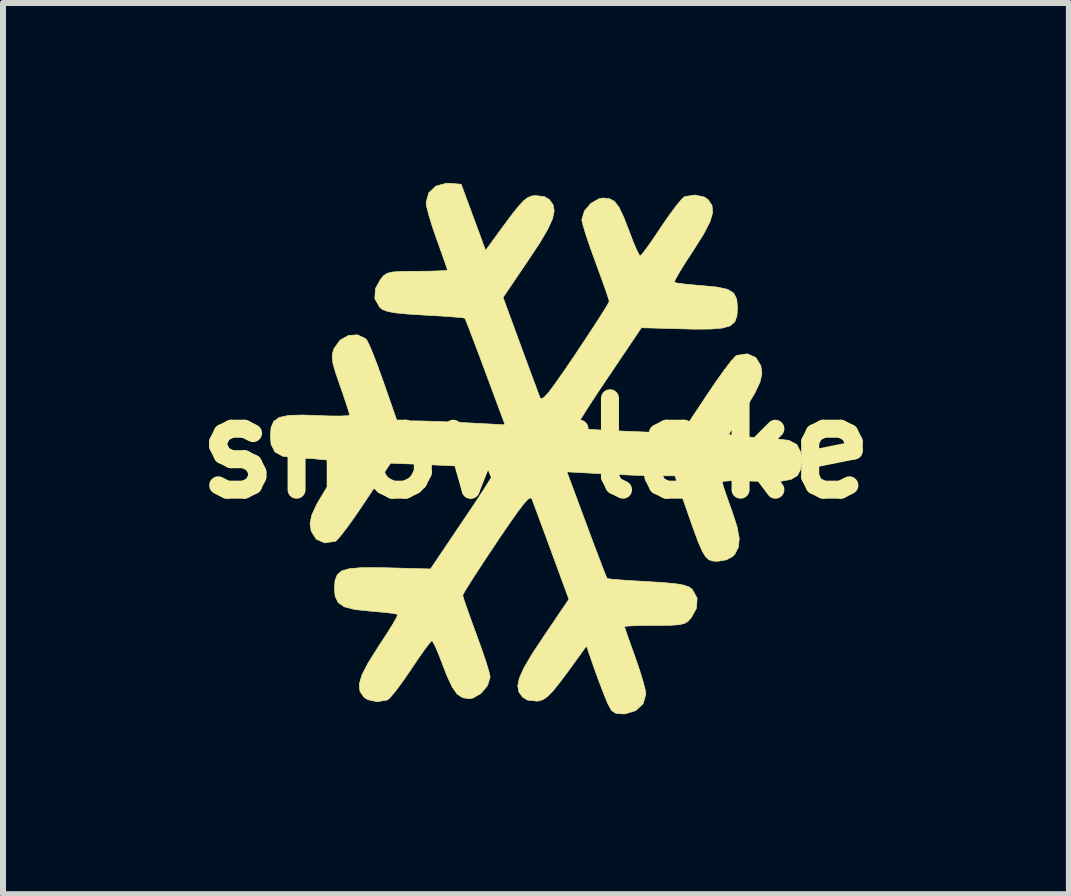
<source format=kicad_pcb>
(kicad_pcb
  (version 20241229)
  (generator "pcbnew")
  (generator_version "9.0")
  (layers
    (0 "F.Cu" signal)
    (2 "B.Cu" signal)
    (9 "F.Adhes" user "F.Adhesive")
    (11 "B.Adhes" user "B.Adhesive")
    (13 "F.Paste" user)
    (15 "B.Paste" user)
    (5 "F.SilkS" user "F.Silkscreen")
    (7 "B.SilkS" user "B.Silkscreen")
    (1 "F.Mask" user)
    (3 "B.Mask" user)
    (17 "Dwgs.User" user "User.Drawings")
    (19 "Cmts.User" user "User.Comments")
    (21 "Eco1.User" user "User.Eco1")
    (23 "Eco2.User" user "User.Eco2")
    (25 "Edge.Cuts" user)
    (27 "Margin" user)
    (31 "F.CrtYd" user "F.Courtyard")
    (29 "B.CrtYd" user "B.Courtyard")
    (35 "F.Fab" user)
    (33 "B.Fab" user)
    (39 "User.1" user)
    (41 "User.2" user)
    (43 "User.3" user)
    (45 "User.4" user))
  (footprint "snowflake"
    (layer "F.Cu")
    (at 5.886 4.425)
    (property "Reference" "snowflake" (at 0 0 0) (layer "F.SilkS") (effects (font (size 1.524 1.524) (thickness 0.3))))
    (attr through_hole)
    (fp_poly (pts (xy -1.435 -4.419) (xy -1.247 -4.403) (xy -1.043 -3.851) (xy -0.84 -3.3) (xy -0.738 -3.44) (xy -0.542 -3.709) (xy -0.394 -3.907) (xy -0.284 -4.044) (xy -0.201 -4.132) (xy -0.134 -4.182) (xy -0.073 -4.206) (xy -0.019 -4.215) (xy 0.139 -4.198) (xy 0.223 -4.148) (xy 0.285 -4.062) (xy 0.304 -3.96) (xy 0.277 -3.829) (xy 0.199 -3.657) (xy 0.066 -3.43) (xy -0.122 -3.146) (xy -0.549 -2.516) (xy -0.26 -1.729) (xy -0.16 -1.457) (xy -0.07 -1.214) (xy 0.003 -1.018) (xy 0.052 -0.886) (xy 0.067 -0.844) (xy 0.09 -0.825) (xy 0.134 -0.849) (xy 0.205 -0.926) (xy 0.309 -1.064) (xy 0.454 -1.27) (xy 0.647 -1.553) (xy 0.663 -1.578) (xy 0.835 -1.836) (xy 0.985 -2.065) (xy 1.105 -2.252) (xy 1.187 -2.384) (xy 1.221 -2.447) (xy 1.222 -2.449) (xy 1.205 -2.51) (xy 1.159 -2.646) (xy 1.09 -2.839) (xy 1.006 -3.069) (xy 0.993 -3.105) (xy 0.906 -3.345) (xy 0.834 -3.556) (xy 0.785 -3.718) (xy 0.764 -3.808) (xy 0.764 -3.813) (xy 0.807 -3.957) (xy 0.916 -4.085) (xy 1.055 -4.164) (xy 1.12 -4.174) (xy 1.225 -4.163) (xy 1.308 -4.118) (xy 1.382 -4.024) (xy 1.459 -3.864) (xy 1.553 -3.623) (xy 1.624 -3.436) (xy 1.686 -3.293) (xy 1.728 -3.215) (xy 1.737 -3.207) (xy 1.776 -3.247) (xy 1.857 -3.355) (xy 1.969 -3.515) (xy 2.084 -3.687) (xy 2.218 -3.882) (xy 2.338 -4.044) (xy 2.431 -4.155) (xy 2.477 -4.196) (xy 2.649 -4.224) (xy 2.807 -4.19) (xy 2.872 -4.145) (xy 2.935 -4.051) (xy 2.947 -3.934) (xy 2.903 -3.781) (xy 2.8 -3.58) (xy 2.634 -3.316) (xy 2.618 -3.291) (xy 2.489 -3.094) (xy 2.388 -2.93) (xy 2.323 -2.815) (xy 2.306 -2.767) (xy 2.363 -2.754) (xy 2.498 -2.737) (xy 2.685 -2.72) (xy 2.772 -2.713) (xy 3.027 -2.688) (xy 3.197 -2.65) (xy 3.298 -2.587) (xy 3.347 -2.489) (xy 3.36 -2.347) (xy 3.36 -2.346) (xy 3.351 -2.21) (xy 3.316 -2.111) (xy 3.242 -2.045) (xy 3.114 -2.006) (xy 2.919 -1.989) (xy 2.644 -1.987) (xy 2.459 -1.992) (xy 1.758 -2.011) (xy 1.201 -1.184) (xy 1.03 -0.93) (xy 0.883 -0.705) (xy 0.768 -0.523) (xy 0.692 -0.397) (xy 0.665 -0.34) (xy 0.665 -0.338) (xy 0.721 -0.33) (xy 0.861 -0.319) (xy 1.069 -0.306) (xy 1.328 -0.293) (xy 1.556 -0.283) (xy 2.424 -0.247) (xy 2.846 -0.883) (xy 2.999 -1.109) (xy 3.137 -1.303) (xy 3.25 -1.451) (xy 3.325 -1.535) (xy 3.343 -1.549) (xy 3.523 -1.576) (xy 3.664 -1.515) (xy 3.749 -1.378) (xy 3.767 -1.25) (xy 3.739 -1.115) (xy 3.654 -0.929) (xy 3.505 -0.681) (xy 3.489 -0.656) (xy 3.211 -0.229) (xy 3.476 -0.196) (xy 3.697 -0.174) (xy 3.933 -0.16) (xy 4.005 -0.158) (xy 4.219 -0.133) (xy 4.351 -0.062) (xy 4.416 0.068) (xy 4.428 0.206) (xy 4.413 0.352) (xy 4.359 0.454) (xy 4.252 0.518) (xy 4.079 0.55) (xy 3.828 0.554) (xy 3.637 0.547) (xy 3.419 0.54) (xy 3.244 0.54) (xy 3.133 0.549) (xy 3.105 0.56) (xy 3.121 0.623) (xy 3.165 0.758) (xy 3.229 0.94) (xy 3.264 1.036) (xy 3.351 1.302) (xy 3.389 1.499) (xy 3.377 1.645) (xy 3.318 1.761) (xy 3.279 1.803) (xy 3.175 1.859) (xy 3.032 1.883) (xy 3.026 1.883) (xy 2.948 1.879) (xy 2.884 1.858) (xy 2.827 1.806) (xy 2.77 1.71) (xy 2.704 1.557) (xy 2.621 1.334) (xy 2.515 1.031) (xy 2.316 0.458) (xy 2.031 0.458) (xy 1.864 0.455) (xy 1.628 0.448) (xy 1.358 0.436) (xy 1.131 0.425) (xy 0.516 0.392) (xy 0.843 1.273) (xy 0.947 1.553) (xy 1.04 1.798) (xy 1.114 1.992) (xy 1.165 2.122) (xy 1.186 2.17) (xy 1.24 2.179) (xy 1.376 2.191) (xy 1.574 2.205) (xy 1.816 2.219) (xy 1.856 2.221) (xy 2.139 2.239) (xy 2.338 2.258) (xy 2.471 2.282) (xy 2.556 2.313) (xy 2.604 2.35) (xy 2.687 2.496) (xy 2.676 2.666) (xy 2.592 2.818) (xy 2.539 2.88) (xy 2.479 2.919) (xy 2.391 2.94) (xy 2.252 2.95) (xy 2.039 2.952) (xy 1.981 2.952) (xy 1.769 2.954) (xy 1.6 2.959) (xy 1.497 2.966) (xy 1.476 2.972) (xy 1.492 3.025) (xy 1.536 3.152) (xy 1.6 3.333) (xy 1.654 3.483) (xy 1.73 3.704) (xy 1.79 3.901) (xy 1.826 4.046) (xy 1.832 4.1) (xy 1.787 4.257) (xy 1.664 4.372) (xy 1.489 4.427) (xy 1.449 4.428) (xy 1.333 4.419) (xy 1.261 4.372) (xy 1.2 4.263) (xy 1.178 4.212) (xy 1.113 4.049) (xy 1.033 3.838) (xy 0.964 3.646) (xy 0.842 3.295) (xy 0.739 3.438) (xy 0.543 3.709) (xy 0.394 3.907) (xy 0.283 4.045) (xy 0.198 4.133) (xy 0.128 4.184) (xy 0.064 4.208) (xy 0.019 4.215) (xy -0.139 4.198) (xy -0.223 4.148) (xy -0.285 4.062) (xy -0.304 3.96) (xy -0.277 3.829) (xy -0.199 3.657) (xy -0.066 3.43) (xy 0.122 3.146) (xy 0.549 2.516) (xy 0.26 1.729) (xy 0.16 1.457) (xy 0.07 1.214) (xy -0.003 1.018) (xy -0.052 0.886) (xy -0.067 0.844) (xy -0.09 0.825) (xy -0.134 0.849) (xy -0.205 0.926) (xy -0.309 1.064) (xy -0.454 1.27) (xy -0.647 1.553) (xy -0.663 1.578) (xy -0.835 1.836) (xy -0.985 2.065) (xy -1.105 2.252) (xy -1.187 2.384) (xy -1.221 2.447) (xy -1.222 2.449) (xy -1.205 2.51) (xy -1.159 2.646) (xy -1.09 2.839) (xy -1.006 3.069) (xy -0.993 3.105) (xy -0.906 3.345) (xy -0.834 3.556) (xy -0.785 3.718) (xy -0.764 3.808) (xy -0.764 3.813) (xy -0.807 3.955) (xy -0.913 4.083) (xy -1.049 4.163) (xy -1.116 4.174) (xy -1.224 4.157) (xy -1.314 4.097) (xy -1.398 3.978) (xy -1.487 3.785) (xy -1.558 3.601) (xy -1.628 3.42) (xy -1.688 3.283) (xy -1.728 3.212) (xy -1.735 3.207) (xy -1.775 3.247) (xy -1.857 3.355) (xy -1.969 3.515) (xy -2.084 3.687) (xy -2.218 3.882) (xy -2.338 4.044) (xy -2.431 4.155) (xy -2.477 4.196) (xy -2.649 4.224) (xy -2.807 4.19) (xy -2.872 4.145) (xy -2.935 4.051) (xy -2.947 3.934) (xy -2.903 3.781) (xy -2.8 3.58) (xy -2.634 3.316) (xy -2.618 3.291) (xy -2.489 3.094) (xy -2.387 2.93) (xy -2.322 2.816) (xy -2.305 2.769) (xy -2.362 2.755) (xy -2.496 2.738) (xy -2.681 2.721) (xy -2.754 2.715) (xy -3.016 2.688) (xy -3.193 2.643) (xy -3.298 2.572) (xy -3.349 2.465) (xy -3.36 2.341) (xy -3.351 2.207) (xy -3.315 2.11) (xy -3.24 2.044) (xy -3.111 2.006) (xy -2.914 1.989) (xy -2.637 1.988) (xy -2.459 1.992) (xy -1.758 2.011) (xy -1.201 1.184) (xy -1.03 0.93) (xy -0.883 0.705) (xy -0.768 0.523) (xy -0.692 0.397) (xy -0.665 0.34) (xy -0.665 0.338) (xy -0.721 0.33) (xy -0.861 0.319) (xy -1.069 0.306) (xy -1.328 0.293) (xy -1.556 0.283) (xy -2.424 0.247) (xy -2.846 0.883) (xy -2.999 1.109) (xy -3.137 1.303) (xy -3.25 1.451) (xy -3.325 1.535) (xy -3.343 1.549) (xy -3.523 1.576) (xy -3.664 1.515) (xy -3.749 1.378) (xy -3.767 1.25) (xy -3.739 1.115) (xy -3.654 0.929) (xy -3.505 0.681) (xy -3.489 0.656) (xy -3.211 0.229) (xy -3.476 0.196) (xy -3.697 0.174) (xy -3.933 0.16) (xy -4.005 0.158) (xy -4.22 0.133) (xy -4.352 0.061) (xy -4.417 -0.069) (xy -4.428 -0.199) (xy -4.417 -0.348) (xy -4.371 -0.451) (xy -4.279 -0.516) (xy -4.124 -0.549) (xy -3.894 -0.556) (xy -3.666 -0.548) (xy -3.441 -0.54) (xy -3.259 -0.539) (xy -3.14 -0.544) (xy -3.105 -0.553) (xy -3.121 -0.612) (xy -3.163 -0.744) (xy -3.225 -0.927) (xy -3.267 -1.047) (xy -3.343 -1.267) (xy -3.385 -1.417) (xy -3.398 -1.522) (xy -3.387 -1.605) (xy -3.364 -1.669) (xy -3.265 -1.805) (xy -3.125 -1.883) (xy -2.975 -1.893) (xy -2.844 -1.83) (xy -2.818 -1.801) (xy -2.78 -1.726) (xy -2.717 -1.576) (xy -2.638 -1.37) (xy -2.552 -1.131) (xy -2.538 -1.092) (xy -2.317 -0.458) (xy -2.032 -0.458) (xy -1.864 -0.455) (xy -1.628 -0.448) (xy -1.357 -0.436) (xy -1.131 -0.425) (xy -0.516 -0.392) (xy -0.843 -1.273) (xy -0.947 -1.553) (xy -1.04 -1.798) (xy -1.114 -1.992) (xy -1.165 -2.122) (xy -1.186 -2.17) (xy -1.24 -2.179) (xy -1.376 -2.191) (xy -1.574 -2.205) (xy -1.816 -2.219) (xy -1.856 -2.221) (xy -2.139 -2.239) (xy -2.338 -2.258) (xy -2.471 -2.282) (xy -2.556 -2.313) (xy -2.604 -2.35) (xy -2.687 -2.496) (xy -2.676 -2.666) (xy -2.592 -2.818) (xy -2.539 -2.88) (xy -2.479 -2.919) (xy -2.391 -2.94) (xy -2.252 -2.95) (xy -2.039 -2.952) (xy -1.981 -2.952) (xy -1.769 -2.954) (xy -1.6 -2.959) (xy -1.497 -2.966) (xy -1.476 -2.972) (xy -1.492 -3.025) (xy -1.536 -3.152) (xy -1.6 -3.333) (xy -1.654 -3.483) (xy -1.73 -3.704) (xy -1.79 -3.901) (xy -1.826 -4.046) (xy -1.832 -4.1) (xy -1.788 -4.26) (xy -1.667 -4.373) (xy -1.493 -4.42) (xy -1.435 -4.419)) (stroke (width 0.01) (type solid)) (fill yes) (layer "F.SilkS")))
  (gr_rect
    (start -3 -3)
    (end 14.771 11.858)
    (stroke (width 0.1) (type default))
    (fill no)
    (layer "Edge.Cuts")))
</source>
